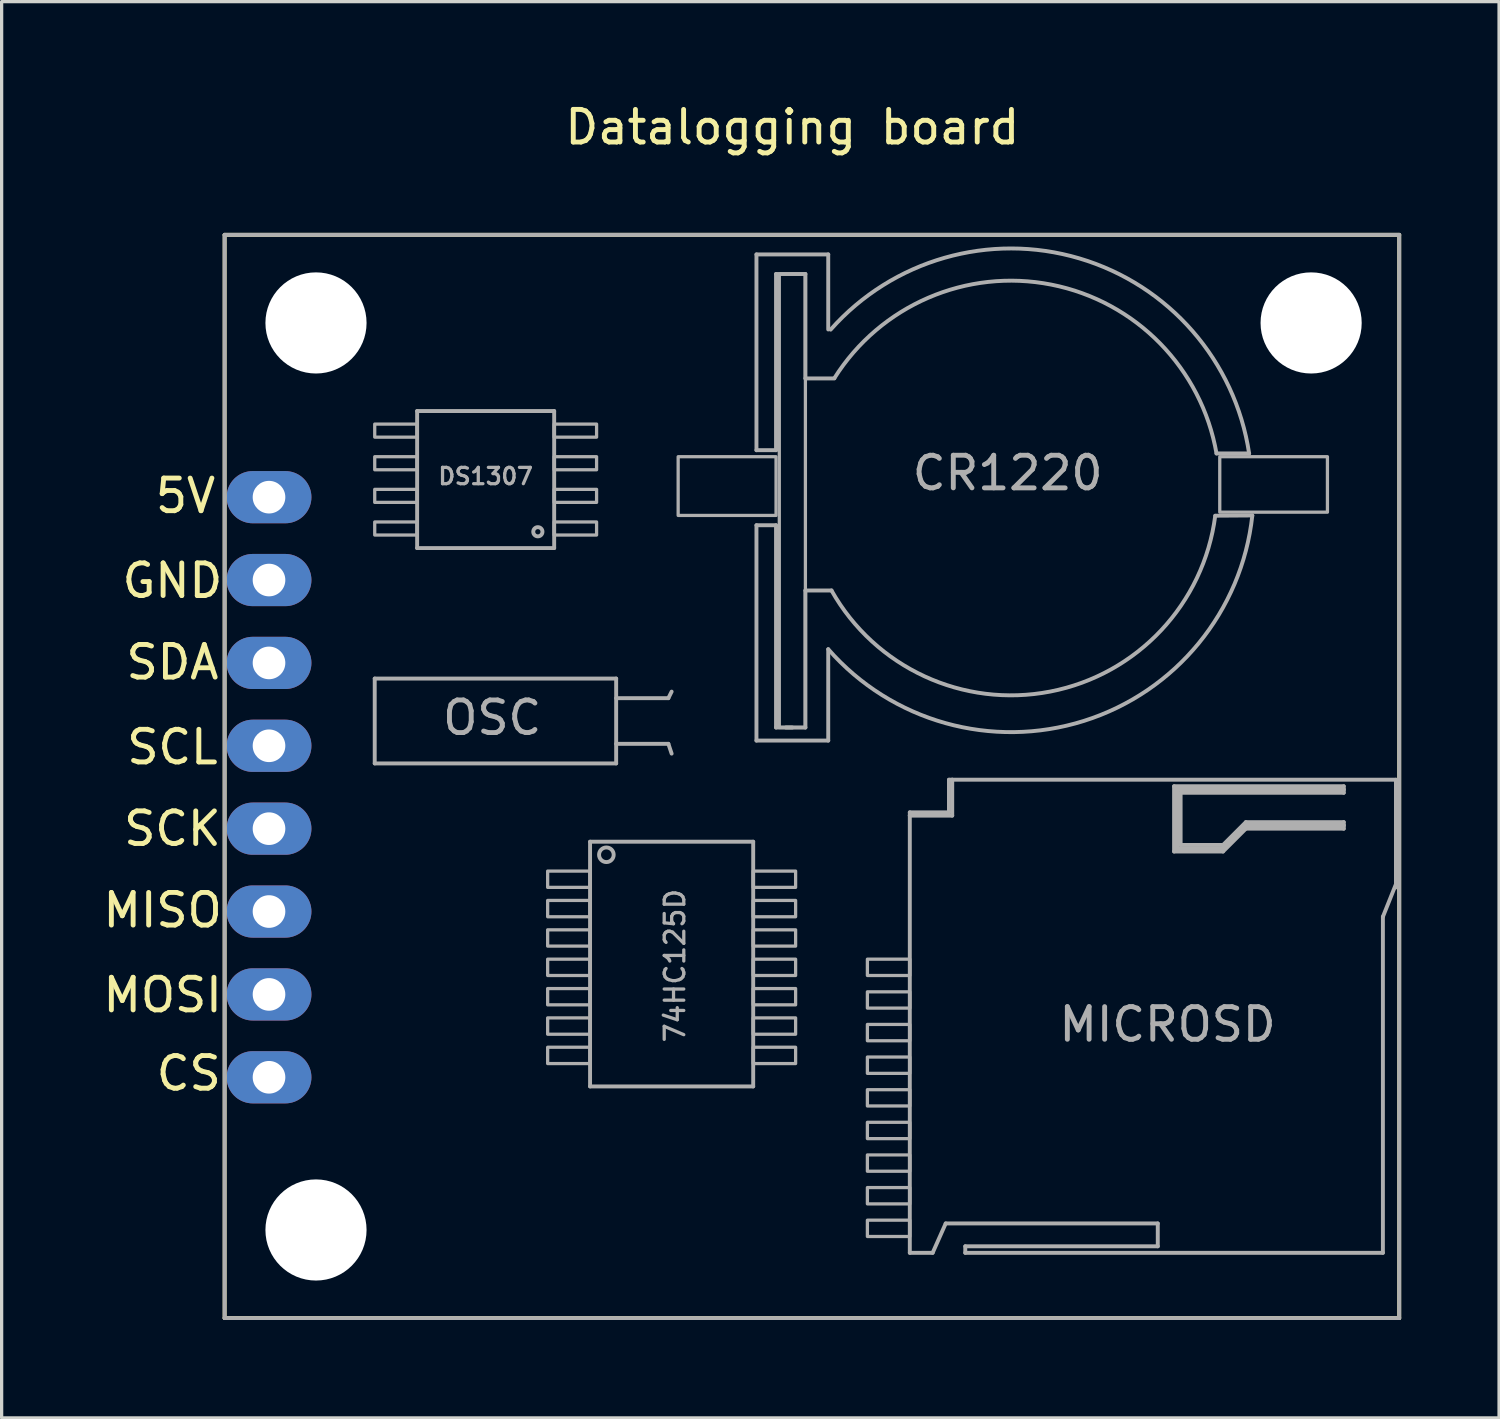
<source format=kicad_pcb>
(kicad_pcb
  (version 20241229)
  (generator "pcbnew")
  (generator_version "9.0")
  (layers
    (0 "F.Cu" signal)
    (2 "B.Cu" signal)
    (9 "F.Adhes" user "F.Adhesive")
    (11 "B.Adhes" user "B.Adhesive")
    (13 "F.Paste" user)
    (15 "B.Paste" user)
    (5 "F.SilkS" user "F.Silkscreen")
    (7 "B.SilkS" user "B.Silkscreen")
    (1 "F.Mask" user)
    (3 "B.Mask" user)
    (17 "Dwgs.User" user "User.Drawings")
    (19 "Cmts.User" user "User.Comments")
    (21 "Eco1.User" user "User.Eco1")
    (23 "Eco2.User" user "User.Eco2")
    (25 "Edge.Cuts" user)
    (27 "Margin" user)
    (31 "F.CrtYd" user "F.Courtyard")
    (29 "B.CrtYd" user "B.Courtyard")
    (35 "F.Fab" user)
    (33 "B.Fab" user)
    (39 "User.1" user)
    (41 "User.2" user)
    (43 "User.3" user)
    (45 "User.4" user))
  (footprint "Datalogging board"
    (layer "F.Cu")
    (at 21.535 21.048)
    (property "Reference" "Datalogging board" (at -0.3 -20.2 0) (layer "F.SilkS") (effects (font (size 1 1) (thickness 0.15))))
    (attr through_hole)
    (fp_line (start -17.7 16.3) (end -17.7 -16.9) (stroke (width 0.12) (type solid)) (layer "F.SilkS"))
    (fp_line (start 18.3 -16.9) (end -17.7 -16.9) (stroke (width 0.12) (type solid)) (layer "F.SilkS"))
    (fp_line (start 18.3 16.3) (end -17.7 16.3) (stroke (width 0.12) (type solid)) (layer "F.SilkS"))
    (fp_line (start 18.3 16.3) (end 18.3 -16.9) (stroke (width 0.12) (type solid)) (layer "F.SilkS"))
    (fp_line (start -17.7 -16.9) (end -17.7 16.3) (stroke (width 0.12) (type solid)) (layer "F.Fab"))
    (fp_line (start -17.7 16.3) (end 18.3 16.3) (stroke (width 0.12) (type solid)) (layer "F.Fab"))
    (fp_line (start -13.1 -3.3) (end -13.1 -0.7) (stroke (width 0.12) (type solid)) (layer "F.Fab"))
    (fp_line (start -13.1 -0.7) (end -5.7 -0.7) (stroke (width 0.12) (type solid)) (layer "F.Fab"))
    (fp_line (start -11.8 -11.5) (end -11.8 -7.3) (stroke (width 0.12) (type solid)) (layer "F.Fab"))
    (fp_line (start -11.8 -7.3) (end -7.6 -7.3) (stroke (width 0.12) (type solid)) (layer "F.Fab"))
    (fp_line (start -7.6 -11.5) (end -11.8 -11.5) (stroke (width 0.12) (type solid)) (layer "F.Fab"))
    (fp_line (start -7.6 -7.3) (end -7.6 -11.5) (stroke (width 0.12) (type solid)) (layer "F.Fab"))
    (fp_line (start -6.5 1.7) (end -1.5 1.7) (stroke (width 0.12) (type solid)) (layer "F.Fab"))
    (fp_line (start -6.5 9.2) (end -6.5 1.7) (stroke (width 0.12) (type solid)) (layer "F.Fab"))
    (fp_line (start -5.7 -3.3) (end -13.1 -3.3) (stroke (width 0.12) (type solid)) (layer "F.Fab"))
    (fp_line (start -5.7 -2.7) (end -4.1 -2.7) (stroke (width 0.12) (type solid)) (layer "F.Fab"))
    (fp_line (start -5.7 -1.3) (end -4.1 -1.3) (stroke (width 0.12) (type solid)) (layer "F.Fab"))
    (fp_line (start -5.7 -0.7) (end -5.7 -3.3) (stroke (width 0.12) (type solid)) (layer "F.Fab"))
    (fp_line (start -4.1 -2.7) (end -4 -2.9) (stroke (width 0.12) (type solid)) (layer "F.Fab"))
    (fp_line (start -4.1 -1.3) (end -4 -1) (stroke (width 0.12) (type solid)) (layer "F.Fab"))
    (fp_line (start -1.5 1.7) (end -1.5 9.2) (stroke (width 0.12) (type solid)) (layer "F.Fab"))
    (fp_line (start -1.5 9.2) (end -6.5 9.2) (stroke (width 0.12) (type solid)) (layer "F.Fab"))
    (fp_line (start -1.4 -16.3) (end -1.4 -10.3) (stroke (width 0.12) (type solid)) (layer "F.Fab"))
    (fp_line (start -1.4 -1.4) (end -1.4 -8) (stroke (width 0.12) (type solid)) (layer "F.Fab"))
    (fp_line (start -0.8 -15.7) (end -0.8 -10.3) (stroke (width 0.12) (type solid)) (layer "F.Fab"))
    (fp_line (start -0.8 -10.3) (end -1.4 -10.3) (stroke (width 0.12) (type solid)) (layer "F.Fab"))
    (fp_line (start -0.8 -8) (end -1.4 -8) (stroke (width 0.12) (type solid)) (layer "F.Fab"))
    (fp_line (start -0.8 -1.8) (end -0.8 -8) (stroke (width 0.12) (type solid)) (layer "F.Fab"))
    (fp_line (start -0.3 -1.8) (end -0.5 -1.8) (stroke (width 0.12) (type solid)) (layer "F.Fab"))
    (fp_line (start 0.1 -15.7) (end -0.8 -15.7) (stroke (width 0.12) (type solid)) (layer "F.Fab"))
    (fp_line (start 0.1 -12.5) (end 0.1 -15.7) (stroke (width 0.12) (type solid)) (layer "F.Fab"))
    (fp_line (start 0.1 -6) (end 0.1 -1.8) (stroke (width 0.12) (type solid)) (layer "F.Fab"))
    (fp_line (start 0.1 -1.8) (end -0.8 -1.8) (stroke (width 0.12) (type solid)) (layer "F.Fab"))
    (fp_line (start 0.8 -16.3) (end -1.4 -16.3) (stroke (width 0.12) (type solid)) (layer "F.Fab"))
    (fp_line (start 0.8 -1.4) (end -1.4 -1.4) (stroke (width 0.12) (type solid)) (layer "F.Fab"))
    (fp_line (start 0.8 -14) (end 0.8 -16.3) (stroke (width 0.12) (type solid)) (layer "F.Fab"))
    (fp_line (start 0.8 -4.2) (end 0.8 -1.4) (stroke (width 0.12) (type solid)) (layer "F.Fab"))
    (fp_line (start 0.9 -6) (end 0.1 -6) (stroke (width 0.12) (type solid)) (layer "F.Fab"))
    (fp_line (start 0.988 -12.5) (end 0.1 -12.5) (stroke (width 0.12) (type solid)) (layer "F.Fab"))
    (fp_line (start 3.3 0.8) (end 4.5 0.8) (stroke (width 0.12) (type solid)) (layer "F.Fab"))
    (fp_line (start 3.3 0.9) (end 3.3 0.8) (stroke (width 0.12) (type solid)) (layer "F.Fab"))
    (fp_line (start 3.3 0.9) (end 3.3 14.3) (stroke (width 0.12) (type solid)) (layer "F.Fab"))
    (fp_line (start 4 14.3) (end 3.3 14.3) (stroke (width 0.12) (type solid)) (layer "F.Fab"))
    (fp_line (start 4 14.3) (end 4.4 13.4) (stroke (width 0.12) (type solid)) (layer "F.Fab"))
    (fp_line (start 4.4 13.4) (end 10.9 13.4) (stroke (width 0.12) (type solid)) (layer "F.Fab"))
    (fp_line (start 4.5 -0.2) (end 4.6 -0.2) (stroke (width 0.12) (type solid)) (layer "F.Fab"))
    (fp_line (start 4.5 0.8) (end 4.5 -0.2) (stroke (width 0.12) (type solid)) (layer "F.Fab"))
    (fp_line (start 4.6 -0.2) (end 4.6 0.9) (stroke (width 0.12) (type solid)) (layer "F.Fab"))
    (fp_line (start 4.6 0.9) (end 3.3 0.9) (stroke (width 0.12) (type solid)) (layer "F.Fab"))
    (fp_line (start 5 14.1) (end 5 14.3) (stroke (width 0.12) (type solid)) (layer "F.Fab"))
    (fp_line (start 10.9 13.4) (end 10.9 14.1) (stroke (width 0.12) (type solid)) (layer "F.Fab"))
    (fp_line (start 10.9 14.1) (end 5 14.1) (stroke (width 0.12) (type solid)) (layer "F.Fab"))
    (fp_line (start 11.4 0) (end 11.4 2) (stroke (width 0.12) (type solid)) (layer "F.Fab"))
    (fp_line (start 11.4 2) (end 12.9 2) (stroke (width 0.12) (type solid)) (layer "F.Fab"))
    (fp_line (start 11.5 0.1) (end 16.6 0.1) (stroke (width 0.12) (type solid)) (layer "F.Fab"))
    (fp_line (start 11.5 1.9) (end 11.5 0.1) (stroke (width 0.12) (type solid)) (layer "F.Fab"))
    (fp_line (start 11.6 0.2) (end 11.6 1.8) (stroke (width 0.12) (type solid)) (layer "F.Fab"))
    (fp_line (start 11.6 1.8) (end 12.9 1.8) (stroke (width 0.12) (type solid)) (layer "F.Fab"))
    (fp_line (start 12.662 -8.292) (end 13.798 -8.3) (stroke (width 0.12) (type solid)) (layer "F.Fab"))
    (fp_line (start 12.7 -10.2) (end 13.7 -10.2) (stroke (width 0.12) (type solid)) (layer "F.Fab"))
    (fp_line (start 12.9 1.8) (end 13.6 1.1) (stroke (width 0.12) (type solid)) (layer "F.Fab"))
    (fp_line (start 12.9 1.9) (end 11.5 1.9) (stroke (width 0.12) (type solid)) (layer "F.Fab"))
    (fp_line (start 12.9 2) (end 13.6 1.3) (stroke (width 0.12) (type solid)) (layer "F.Fab"))
    (fp_line (start 13.6 1.1) (end 16.6 1.1) (stroke (width 0.12) (type solid)) (layer "F.Fab"))
    (fp_line (start 13.6 1.2) (end 12.9 1.9) (stroke (width 0.12) (type solid)) (layer "F.Fab"))
    (fp_line (start 13.6 1.3) (end 16.6 1.3) (stroke (width 0.12) (type solid)) (layer "F.Fab"))
    (fp_line (start 16.6 0) (end 11.4 0) (stroke (width 0.12) (type solid)) (layer "F.Fab"))
    (fp_line (start 16.6 0.1) (end 16.6 0) (stroke (width 0.12) (type solid)) (layer "F.Fab"))
    (fp_line (start 16.6 0.1) (end 16.6 0.2) (stroke (width 0.12) (type solid)) (layer "F.Fab"))
    (fp_line (start 16.6 0.2) (end 11.6 0.2) (stroke (width 0.12) (type solid)) (layer "F.Fab"))
    (fp_line (start 16.6 1.1) (end 16.6 1.2) (stroke (width 0.12) (type solid)) (layer "F.Fab"))
    (fp_line (start 16.6 1.2) (end 13.6 1.2) (stroke (width 0.12) (type solid)) (layer "F.Fab"))
    (fp_line (start 16.6 1.3) (end 16.6 1.2) (stroke (width 0.12) (type solid)) (layer "F.Fab"))
    (fp_line (start 17.8 4) (end 17.8 14.3) (stroke (width 0.12) (type solid)) (layer "F.Fab"))
    (fp_line (start 17.8 14.3) (end 5 14.3) (stroke (width 0.12) (type solid)) (layer "F.Fab"))
    (fp_line (start 18.2 -0.2) (end 4.6 -0.2) (stroke (width 0.12) (type solid)) (layer "F.Fab"))
    (fp_line (start 18.2 -0.2) (end 18.2 3.1) (stroke (width 0.12) (type solid)) (layer "F.Fab"))
    (fp_line (start 18.2 3) (end 17.8 4) (stroke (width 0.12) (type solid)) (layer "F.Fab"))
    (fp_line (start 18.3 -16.9) (end -17.7 -16.9) (stroke (width 0.12) (type solid)) (layer "F.Fab"))
    (fp_line (start 18.3 16.3) (end 18.3 -16.9) (stroke (width 0.12) (type solid)) (layer "F.Fab"))
    (fp_arc (start 0.873537 -13.994711) (mid 8.494354 -16.179101) (end 13.699999 -10.199999) (stroke (width 0.12) (type solid)) (layer "F.Fab"))
    (fp_arc (start 0.988084 -12.507514) (mid 7.636256 -15.374684) (end 12.699999 -10.2) (stroke (width 0.12) (type solid)) (layer "F.Fab"))
    (fp_arc (start 12.660993 -8.287637) (mid 7.605445 -2.902672) (end 0.900002 -6.000002) (stroke (width 0.12) (type solid)) (layer "F.Fab"))
    (fp_arc (start 13.797378 -8.294549) (mid 8.635838 -2.002748) (end 0.800002 -4.200002) (stroke (width 0.12) (type solid)) (layer "F.Fab"))
    (fp_circle (center -8.1 -7.8) (end -7.959 -7.8) (stroke (width 0.12) (type solid)) (fill no) (layer "F.Fab"))
    (fp_circle (center -6 2.1) (end -5.776 2.1) (stroke (width 0.12) (type solid)) (fill no) (layer "F.Fab"))
    (fp_poly (pts (xy -11.8 -10.7) (xy -13.1 -10.7) (xy -13.1 -11.1) (xy -11.8 -11.1)) (stroke (width 0.1) (type solid)) (fill no) (layer "F.Fab"))
    (fp_poly (pts (xy -11.8 -9.7) (xy -13.1 -9.7) (xy -13.1 -10.1) (xy -11.8 -10.1)) (stroke (width 0.1) (type solid)) (fill no) (layer "F.Fab"))
    (fp_poly (pts (xy -11.8 -8.7) (xy -13.1 -8.7) (xy -13.1 -9.1) (xy -11.8 -9.1)) (stroke (width 0.1) (type solid)) (fill no) (layer "F.Fab"))
    (fp_poly (pts (xy -11.8 -7.7) (xy -13.1 -7.7) (xy -13.1 -8.1) (xy -11.8 -8.1)) (stroke (width 0.1) (type solid)) (fill no) (layer "F.Fab"))
    (fp_poly (pts (xy -6.5 3.1) (xy -7.8 3.1) (xy -7.8 2.6) (xy -6.5 2.6)) (stroke (width 0.1) (type solid)) (fill no) (layer "F.Fab"))
    (fp_poly (pts (xy -6.5 4) (xy -7.8 4) (xy -7.8 3.5) (xy -6.5 3.5)) (stroke (width 0.1) (type solid)) (fill no) (layer "F.Fab"))
    (fp_poly (pts (xy -6.5 4.9) (xy -7.8 4.9) (xy -7.8 4.4) (xy -6.5 4.4)) (stroke (width 0.1) (type solid)) (fill no) (layer "F.Fab"))
    (fp_poly (pts (xy -6.5 5.8) (xy -7.8 5.8) (xy -7.8 5.3) (xy -6.5 5.3)) (stroke (width 0.1) (type solid)) (fill no) (layer "F.Fab"))
    (fp_poly (pts (xy -6.5 6.7) (xy -7.8 6.7) (xy -7.8 6.2) (xy -6.5 6.2)) (stroke (width 0.1) (type solid)) (fill no) (layer "F.Fab"))
    (fp_poly (pts (xy -6.5 7.6) (xy -7.8 7.6) (xy -7.8 7.1) (xy -6.5 7.1)) (stroke (width 0.1) (type solid)) (fill no) (layer "F.Fab"))
    (fp_poly (pts (xy -6.5 8.5) (xy -7.8 8.5) (xy -7.8 8) (xy -6.5 8)) (stroke (width 0.1) (type solid)) (fill no) (layer "F.Fab"))
    (fp_poly (pts (xy -6.3 -10.7) (xy -7.6 -10.7) (xy -7.6 -11.1) (xy -6.3 -11.1)) (stroke (width 0.1) (type solid)) (fill no) (layer "F.Fab"))
    (fp_poly (pts (xy -6.3 -9.7) (xy -7.6 -9.7) (xy -7.6 -10.1) (xy -6.3 -10.1)) (stroke (width 0.1) (type solid)) (fill no) (layer "F.Fab"))
    (fp_poly (pts (xy -6.3 -8.7) (xy -7.6 -8.7) (xy -7.6 -9.1) (xy -6.3 -9.1)) (stroke (width 0.1) (type solid)) (fill no) (layer "F.Fab"))
    (fp_poly (pts (xy -6.3 -7.7) (xy -7.6 -7.7) (xy -7.6 -8.1) (xy -6.3 -8.1)) (stroke (width 0.1) (type solid)) (fill no) (layer "F.Fab"))
    (fp_poly (pts (xy -0.8 -8.3) (xy -3.8 -8.3) (xy -3.8 -10.1) (xy -0.8 -10.1)) (stroke (width 0.1) (type solid)) (fill no) (layer "F.Fab"))
    (fp_poly (pts (xy -0.2 3.1) (xy -1.5 3.1) (xy -1.5 2.6) (xy -0.2 2.6)) (stroke (width 0.1) (type solid)) (fill no) (layer "F.Fab"))
    (fp_poly (pts (xy -0.2 4) (xy -1.5 4) (xy -1.5 3.5) (xy -0.2 3.5)) (stroke (width 0.1) (type solid)) (fill no) (layer "F.Fab"))
    (fp_poly (pts (xy -0.2 4.9) (xy -1.5 4.9) (xy -1.5 4.4) (xy -0.2 4.4)) (stroke (width 0.1) (type solid)) (fill no) (layer "F.Fab"))
    (fp_poly (pts (xy -0.2 5.8) (xy -1.5 5.8) (xy -1.5 5.3) (xy -0.2 5.3)) (stroke (width 0.1) (type solid)) (fill no) (layer "F.Fab"))
    (fp_poly (pts (xy -0.2 6.7) (xy -1.5 6.7) (xy -1.5 6.2) (xy -0.2 6.2)) (stroke (width 0.1) (type solid)) (fill no) (layer "F.Fab"))
    (fp_poly (pts (xy -0.2 7.6) (xy -1.5 7.6) (xy -1.5 7.1) (xy -0.2 7.1)) (stroke (width 0.1) (type solid)) (fill no) (layer "F.Fab"))
    (fp_poly (pts (xy -0.2 8.5) (xy -1.5 8.5) (xy -1.5 8) (xy -0.2 8)) (stroke (width 0.1) (type solid)) (fill no) (layer "F.Fab"))
    (fp_poly (pts (xy 0.1 -1.8) (xy -0.7 -1.8) (xy -0.7 -15.7) (xy 0.1 -15.7)) (stroke (width 0.1) (type solid)) (fill no) (layer "F.Fab"))
    (fp_poly (pts (xy 3.3 5.8) (xy 2 5.8) (xy 2 5.3) (xy 3.3 5.3)) (stroke (width 0.1) (type solid)) (fill no) (layer "F.Fab"))
    (fp_poly (pts (xy 3.3 6.8) (xy 2 6.8) (xy 2 6.3) (xy 3.3 6.3)) (stroke (width 0.1) (type solid)) (fill no) (layer "F.Fab"))
    (fp_poly (pts (xy 3.3 7.8) (xy 2 7.8) (xy 2 7.3) (xy 3.3 7.3)) (stroke (width 0.1) (type solid)) (fill no) (layer "F.Fab"))
    (fp_poly (pts (xy 3.3 8.8) (xy 2 8.8) (xy 2 8.3) (xy 3.3 8.3)) (stroke (width 0.1) (type solid)) (fill no) (layer "F.Fab"))
    (fp_poly (pts (xy 3.3 9.8) (xy 2 9.8) (xy 2 9.3) (xy 3.3 9.3)) (stroke (width 0.1) (type solid)) (fill no) (layer "F.Fab"))
    (fp_poly (pts (xy 3.3 10.8) (xy 2 10.8) (xy 2 10.3) (xy 3.3 10.3)) (stroke (width 0.1) (type solid)) (fill no) (layer "F.Fab"))
    (fp_poly (pts (xy 3.3 11.8) (xy 2 11.8) (xy 2 11.3) (xy 3.3 11.3)) (stroke (width 0.1) (type solid)) (fill no) (layer "F.Fab"))
    (fp_poly (pts (xy 3.3 12.8) (xy 2 12.8) (xy 2 12.3) (xy 3.3 12.3)) (stroke (width 0.1) (type solid)) (fill no) (layer "F.Fab"))
    (fp_poly (pts (xy 3.3 13.8) (xy 2 13.8) (xy 2 13.3) (xy 3.3 13.3)) (stroke (width 0.1) (type solid)) (fill no) (layer "F.Fab"))
    (fp_poly (pts (xy 16.1 -8.4) (xy 12.8 -8.4) (xy 12.8 -10.1) (xy 16.1 -10.1)) (stroke (width 0.1) (type solid)) (fill no) (layer "F.Fab"))
    (fp_text user "SCK" (at -19.3 1.3 0) (layer "F.SilkS") (effects (font (size 1 1) (thickness 0.15))))
    (fp_text user "GND" (at -19.3 -6.3 0) (layer "F.SilkS") (effects (font (size 1 1) (thickness 0.15))))
    (fp_text user "SCL" (at -19.3 -1.2 0) (layer "F.SilkS") (effects (font (size 1 1) (thickness 0.15))))
    (fp_text user "CS" (at -18.8 8.8 0) (layer "F.SilkS") (effects (font (size 1 1) (thickness 0.15))))
    (fp_text user "MISO" (at -19.6 3.8 0) (layer "F.SilkS") (effects (font (size 1 1) (thickness 0.15))))
    (fp_text user "5V" (at -18.9 -8.9 0) (layer "F.SilkS") (effects (font (size 1 1) (thickness 0.15))))
    (fp_text user "MOSI" (at -19.6 6.4 0) (layer "F.SilkS") (effects (font (size 1 1) (thickness 0.15))))
    (fp_text user "SDA" (at -19.3 -3.8 0) (layer "F.SilkS") (effects (font (size 1 1) (thickness 0.15))))
    (fp_text user "OSC" (at -9.5 -2.1 0) (layer "F.Fab") (effects (font (size 1 1) (thickness 0.15))))
    (fp_text user "MICROSD" (at 11.2 7.3 0) (layer "F.Fab") (effects (font (size 1 1) (thickness 0.15))))
    (fp_text user "CR1220" (at 6.3 -9.6 0) (layer "F.Fab") (effects (font (size 1 1) (thickness 0.15))))
    (fp_text user "74HC125D" (at -3.9 5.5 270) (layer "F.Fab") (effects (font (size 0.6 0.6) (thickness 0.1))))
    (fp_text user "DS1307" (at -9.7 -9.5 180) (layer "F.Fab") (effects (font (size 0.5 0.5) (thickness 0.1))))
    (pad "" np_thru_hole circle (at -14.9 -14.2) (size 3.1 3.1) (drill 3.1) (layers "*.Cu" "*.Mask"))
    (pad "" np_thru_hole circle (at -14.9 13.6) (size 3.1 3.1) (drill 3.1) (layers "*.Cu" "*.Mask"))
    (pad "" np_thru_hole circle (at 15.6 -14.2) (size 3.1 3.1) (drill 3.1) (layers "*.Cu" "*.Mask"))
    (pad "1" thru_hole oval (at -16.34 -8.86) (size 2.6 1.6) (drill 1) (layers "*.Cu" "*.Mask"))
    (pad "2" thru_hole oval (at -16.34 -6.32) (size 2.6 1.6) (drill 1) (layers "*.Cu" "*.Mask"))
    (pad "3" thru_hole oval (at -16.34 -3.78) (size 2.6 1.6) (drill 1) (layers "*.Cu" "*.Mask"))
    (pad "4" thru_hole oval (at -16.34 -1.24) (size 2.6 1.6) (drill 1) (layers "*.Cu" "*.Mask"))
    (pad "5" thru_hole oval (at -16.34 1.3) (size 2.6 1.6) (drill 1) (layers "*.Cu" "*.Mask"))
    (pad "6" thru_hole oval (at -16.34 3.84) (size 2.6 1.6) (drill 1) (layers "*.Cu" "*.Mask"))
    (pad "7" thru_hole oval (at -16.34 6.38) (size 2.6 1.6) (drill 1) (layers "*.Cu" "*.Mask"))
    (pad "8" thru_hole oval (at -16.34 8.92) (size 2.6 1.6) (drill 1) (layers "*.Cu" "*.Mask")))
  (gr_rect
    (start -3 -3)
    (end 42.895 40.408)
    (stroke (width 0.1) (type default))
    (fill no)
    (layer "Edge.Cuts")))
</source>
